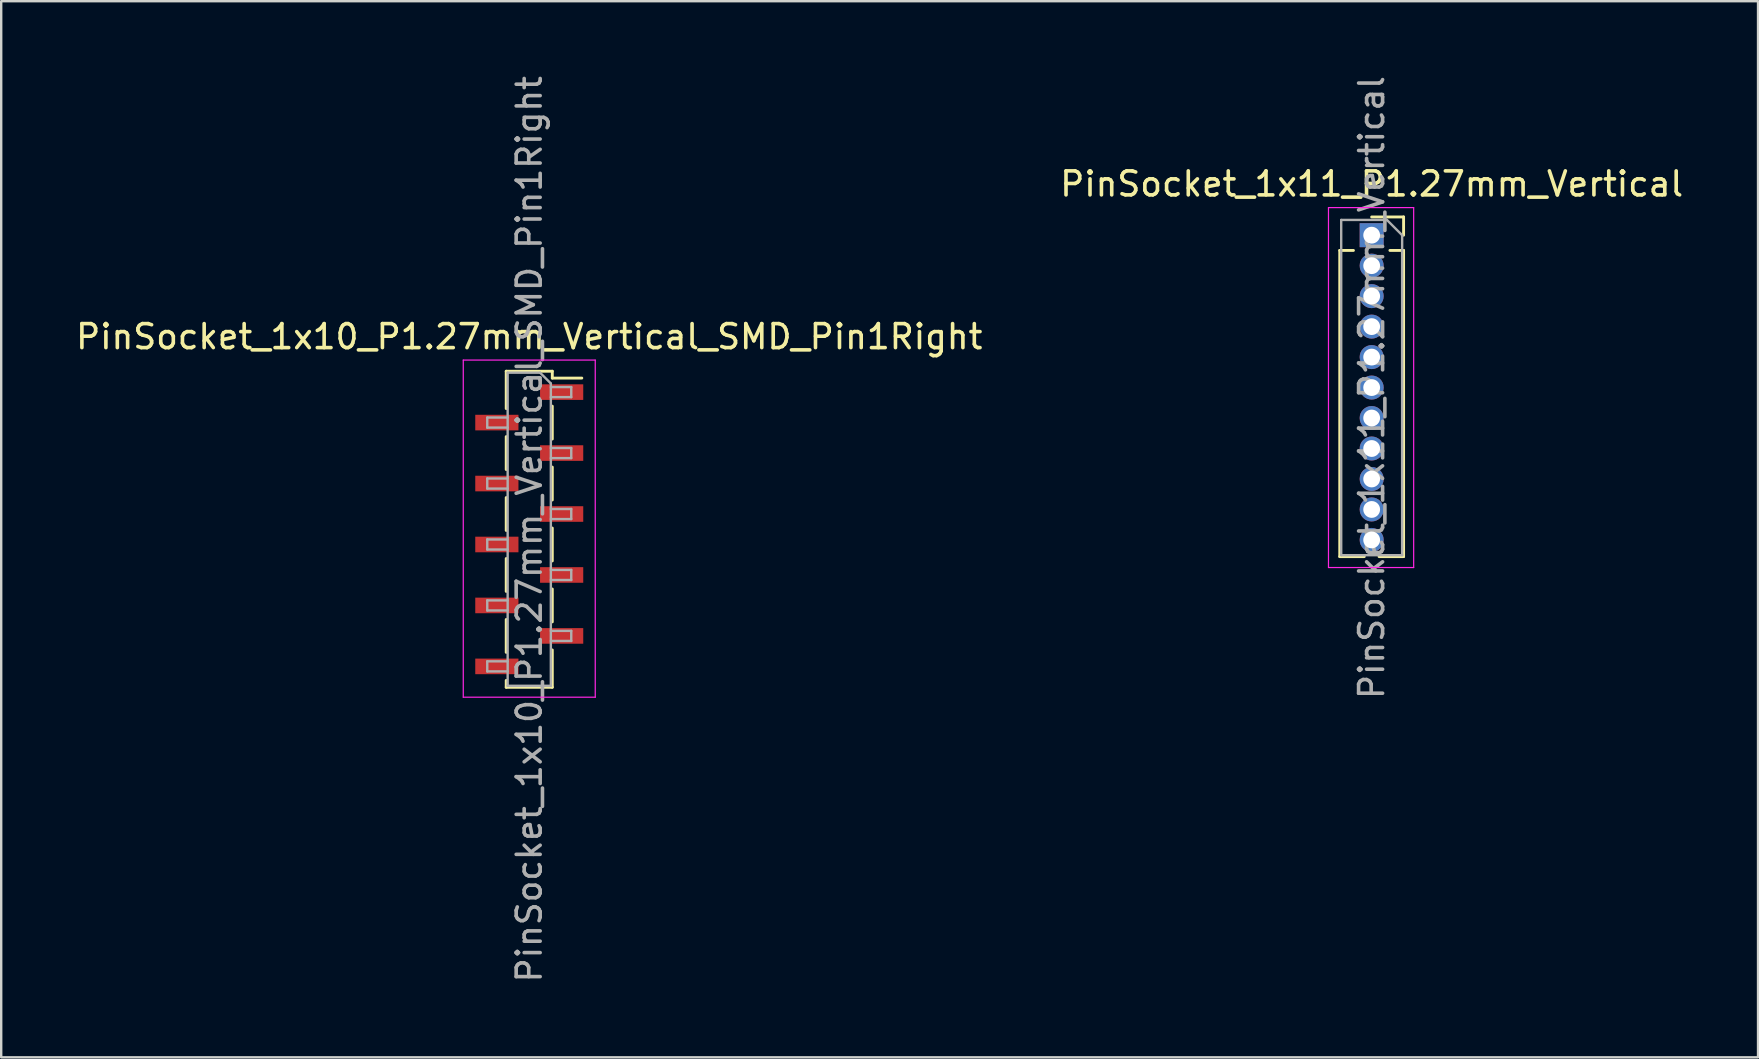
<source format=kicad_pcb>
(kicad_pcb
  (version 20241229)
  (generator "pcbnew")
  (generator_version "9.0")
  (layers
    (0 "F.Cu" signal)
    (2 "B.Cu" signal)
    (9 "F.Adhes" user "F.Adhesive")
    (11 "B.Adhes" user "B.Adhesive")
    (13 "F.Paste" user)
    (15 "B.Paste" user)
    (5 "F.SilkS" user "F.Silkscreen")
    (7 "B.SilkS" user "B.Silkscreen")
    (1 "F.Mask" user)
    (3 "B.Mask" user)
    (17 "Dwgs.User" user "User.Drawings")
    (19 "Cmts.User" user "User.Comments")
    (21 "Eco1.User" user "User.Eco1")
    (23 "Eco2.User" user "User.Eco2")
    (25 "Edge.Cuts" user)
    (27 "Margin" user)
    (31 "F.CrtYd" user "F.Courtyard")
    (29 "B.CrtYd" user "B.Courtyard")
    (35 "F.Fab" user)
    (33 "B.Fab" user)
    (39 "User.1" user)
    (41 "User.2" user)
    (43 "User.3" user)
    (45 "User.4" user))
  (footprint "PinSocket_1x11_P1.27mm_Vertical"
    (layer "F.Cu")
    (at 54.113 6.751)
    (property "Reference" "PinSocket_1x11_P1.27mm_Vertical" (at 0 -2.135 0) (layer "F.SilkS") (effects (font (size 1 1) (thickness 0.15))))
    (attr through_hole)
    (fp_line (start -1.33 0.635) (end -1.33 13.395) (stroke (width 0.12) (type solid)) (layer "F.SilkS"))
    (fp_line (start -1.33 0.635) (end -0.76 0.635) (stroke (width 0.12) (type solid)) (layer "F.SilkS"))
    (fp_line (start -1.33 13.395) (end -0.308 13.395) (stroke (width 0.12) (type solid)) (layer "F.SilkS"))
    (fp_line (start 0 -0.76) (end 1.33 -0.76) (stroke (width 0.12) (type solid)) (layer "F.SilkS"))
    (fp_line (start 0.308 13.395) (end 1.33 13.395) (stroke (width 0.12) (type solid)) (layer "F.SilkS"))
    (fp_line (start 0.76 0.635) (end 1.33 0.635) (stroke (width 0.12) (type solid)) (layer "F.SilkS"))
    (fp_line (start 1.33 -0.76) (end 1.33 0) (stroke (width 0.12) (type solid)) (layer "F.SilkS"))
    (fp_line (start 1.33 0.635) (end 1.33 13.395) (stroke (width 0.12) (type solid)) (layer "F.SilkS"))
    (fp_line (start -1.8 -1.15) (end 1.75 -1.15) (stroke (width 0.05) (type solid)) (layer "F.CrtYd"))
    (fp_line (start -1.8 13.85) (end -1.8 -1.15) (stroke (width 0.05) (type solid)) (layer "F.CrtYd"))
    (fp_line (start 1.75 -1.15) (end 1.75 13.85) (stroke (width 0.05) (type solid)) (layer "F.CrtYd"))
    (fp_line (start 1.75 13.85) (end -1.8 13.85) (stroke (width 0.05) (type solid)) (layer "F.CrtYd"))
    (fp_line (start -1.27 -0.635) (end 0.635 -0.635) (stroke (width 0.1) (type solid)) (layer "F.Fab"))
    (fp_line (start -1.27 13.335) (end -1.27 -0.635) (stroke (width 0.1) (type solid)) (layer "F.Fab"))
    (fp_line (start 0.635 -0.635) (end 1.27 0) (stroke (width 0.1) (type solid)) (layer "F.Fab"))
    (fp_line (start 1.27 0) (end 1.27 13.335) (stroke (width 0.1) (type solid)) (layer "F.Fab"))
    (fp_line (start 1.27 13.335) (end -1.27 13.335) (stroke (width 0.1) (type solid)) (layer "F.Fab"))
    (fp_text user "${REFERENCE}" (at 0 6.35 90) (layer "F.Fab") (effects (font (size 1 1) (thickness 0.15))))
    (pad "1" thru_hole rect (at 0 0) (size 1 1) (drill 0.7) (layers "*.Cu" "*.Mask"))
    (pad "2" thru_hole circle (at 0 1.27) (size 1 1) (drill 0.7) (layers "*.Cu" "*.Mask"))
    (pad "3" thru_hole circle (at 0 2.54) (size 1 1) (drill 0.7) (layers "*.Cu" "*.Mask"))
    (pad "4" thru_hole circle (at 0 3.81) (size 1 1) (drill 0.7) (layers "*.Cu" "*.Mask"))
    (pad "5" thru_hole circle (at 0 5.08) (size 1 1) (drill 0.7) (layers "*.Cu" "*.Mask"))
    (pad "6" thru_hole circle (at 0 6.35) (size 1 1) (drill 0.7) (layers "*.Cu" "*.Mask"))
    (pad "7" thru_hole circle (at 0 7.62) (size 1 1) (drill 0.7) (layers "*.Cu" "*.Mask"))
    (pad "8" thru_hole circle (at 0 8.89) (size 1 1) (drill 0.7) (layers "*.Cu" "*.Mask"))
    (pad "9" thru_hole circle (at 0 10.16) (size 1 1) (drill 0.7) (layers "*.Cu" "*.Mask"))
    (pad "10" thru_hole circle (at 0 11.43) (size 1 1) (drill 0.7) (layers "*.Cu" "*.Mask"))
    (pad "11" thru_hole circle (at 0 12.7) (size 1 1) (drill 0.7) (layers "*.Cu" "*.Mask")))
  (footprint "PinSocket_1x10_P1.27mm_Vertical_SMD_Pin1Right"
    (layer "F.Cu")
    (at 19.006 19.006)
    (property "Reference" "PinSocket_1x10_P1.27mm_Vertical_SMD_Pin1Right" (at 0 -8.025 0) (layer "F.SilkS") (effects (font (size 1 1) (thickness 0.15))))
    (attr smd)
    (fp_line (start -0.96 -6.585) (end -0.96 -5.03) (stroke (width 0.12) (type solid)) (layer "F.SilkS"))
    (fp_line (start -0.96 -6.585) (end 0.96 -6.585) (stroke (width 0.12) (type solid)) (layer "F.SilkS"))
    (fp_line (start -0.96 -3.86) (end -0.96 -2.49) (stroke (width 0.12) (type solid)) (layer "F.SilkS"))
    (fp_line (start -0.96 -1.32) (end -0.96 0.05) (stroke (width 0.12) (type solid)) (layer "F.SilkS"))
    (fp_line (start -0.96 1.22) (end -0.96 2.59) (stroke (width 0.12) (type solid)) (layer "F.SilkS"))
    (fp_line (start -0.96 3.76) (end -0.96 5.13) (stroke (width 0.12) (type solid)) (layer "F.SilkS"))
    (fp_line (start -0.96 6.3) (end -0.96 6.585) (stroke (width 0.12) (type solid)) (layer "F.SilkS"))
    (fp_line (start -0.96 6.585) (end 0.96 6.585) (stroke (width 0.12) (type solid)) (layer "F.SilkS"))
    (fp_line (start 0.96 -6.585) (end 0.96 -6.3) (stroke (width 0.12) (type solid)) (layer "F.SilkS"))
    (fp_line (start 0.96 -6.3) (end 2.19 -6.3) (stroke (width 0.12) (type solid)) (layer "F.SilkS"))
    (fp_line (start 0.96 -5.13) (end 0.96 -3.76) (stroke (width 0.12) (type solid)) (layer "F.SilkS"))
    (fp_line (start 0.96 -2.59) (end 0.96 -1.22) (stroke (width 0.12) (type solid)) (layer "F.SilkS"))
    (fp_line (start 0.96 -0.05) (end 0.96 1.32) (stroke (width 0.12) (type solid)) (layer "F.SilkS"))
    (fp_line (start 0.96 2.49) (end 0.96 3.86) (stroke (width 0.12) (type solid)) (layer "F.SilkS"))
    (fp_line (start 0.96 5.03) (end 0.96 6.585) (stroke (width 0.12) (type solid)) (layer "F.SilkS"))
    (fp_line (start -2.75 -7.05) (end 2.75 -7.05) (stroke (width 0.05) (type solid)) (layer "F.CrtYd"))
    (fp_line (start -2.75 7) (end -2.75 -7.05) (stroke (width 0.05) (type solid)) (layer "F.CrtYd"))
    (fp_line (start 2.75 -7.05) (end 2.75 7) (stroke (width 0.05) (type solid)) (layer "F.CrtYd"))
    (fp_line (start 2.75 7) (end -2.75 7) (stroke (width 0.05) (type solid)) (layer "F.CrtYd"))
    (fp_line (start -1.75 -4.655) (end -0.9 -4.655) (stroke (width 0.1) (type solid)) (layer "F.Fab"))
    (fp_line (start -1.75 -4.235) (end -1.75 -4.655) (stroke (width 0.1) (type solid)) (layer "F.Fab"))
    (fp_line (start -1.75 -2.115) (end -0.9 -2.115) (stroke (width 0.1) (type solid)) (layer "F.Fab"))
    (fp_line (start -1.75 -1.695) (end -1.75 -2.115) (stroke (width 0.1) (type solid)) (layer "F.Fab"))
    (fp_line (start -1.75 0.425) (end -0.9 0.425) (stroke (width 0.1) (type solid)) (layer "F.Fab"))
    (fp_line (start -1.75 0.845) (end -1.75 0.425) (stroke (width 0.1) (type solid)) (layer "F.Fab"))
    (fp_line (start -1.75 2.965) (end -0.9 2.965) (stroke (width 0.1) (type solid)) (layer "F.Fab"))
    (fp_line (start -1.75 3.385) (end -1.75 2.965) (stroke (width 0.1) (type solid)) (layer "F.Fab"))
    (fp_line (start -1.75 5.505) (end -0.9 5.505) (stroke (width 0.1) (type solid)) (layer "F.Fab"))
    (fp_line (start -1.75 5.925) (end -1.75 5.505) (stroke (width 0.1) (type solid)) (layer "F.Fab"))
    (fp_line (start -0.9 -6.525) (end 0.45 -6.525) (stroke (width 0.1) (type solid)) (layer "F.Fab"))
    (fp_line (start -0.9 -4.235) (end -1.75 -4.235) (stroke (width 0.1) (type solid)) (layer "F.Fab"))
    (fp_line (start -0.9 -1.695) (end -1.75 -1.695) (stroke (width 0.1) (type solid)) (layer "F.Fab"))
    (fp_line (start -0.9 0.845) (end -1.75 0.845) (stroke (width 0.1) (type solid)) (layer "F.Fab"))
    (fp_line (start -0.9 3.385) (end -1.75 3.385) (stroke (width 0.1) (type solid)) (layer "F.Fab"))
    (fp_line (start -0.9 5.925) (end -1.75 5.925) (stroke (width 0.1) (type solid)) (layer "F.Fab"))
    (fp_line (start -0.9 6.525) (end -0.9 -6.525) (stroke (width 0.1) (type solid)) (layer "F.Fab"))
    (fp_line (start 0.45 -6.525) (end 0.9 -6.075) (stroke (width 0.1) (type solid)) (layer "F.Fab"))
    (fp_line (start 0.9 -6.075) (end 0.9 6.525) (stroke (width 0.1) (type solid)) (layer "F.Fab"))
    (fp_line (start 0.9 -5.925) (end 1.75 -5.925) (stroke (width 0.1) (type solid)) (layer "F.Fab"))
    (fp_line (start 0.9 -3.385) (end 1.75 -3.385) (stroke (width 0.1) (type solid)) (layer "F.Fab"))
    (fp_line (start 0.9 -0.845) (end 1.75 -0.845) (stroke (width 0.1) (type solid)) (layer "F.Fab"))
    (fp_line (start 0.9 1.695) (end 1.75 1.695) (stroke (width 0.1) (type solid)) (layer "F.Fab"))
    (fp_line (start 0.9 4.235) (end 1.75 4.235) (stroke (width 0.1) (type solid)) (layer "F.Fab"))
    (fp_line (start 0.9 6.525) (end -0.9 6.525) (stroke (width 0.1) (type solid)) (layer "F.Fab"))
    (fp_line (start 1.75 -5.925) (end 1.75 -5.505) (stroke (width 0.1) (type solid)) (layer "F.Fab"))
    (fp_line (start 1.75 -5.505) (end 0.9 -5.505) (stroke (width 0.1) (type solid)) (layer "F.Fab"))
    (fp_line (start 1.75 -3.385) (end 1.75 -2.965) (stroke (width 0.1) (type solid)) (layer "F.Fab"))
    (fp_line (start 1.75 -2.965) (end 0.9 -2.965) (stroke (width 0.1) (type solid)) (layer "F.Fab"))
    (fp_line (start 1.75 -0.845) (end 1.75 -0.425) (stroke (width 0.1) (type solid)) (layer "F.Fab"))
    (fp_line (start 1.75 -0.425) (end 0.9 -0.425) (stroke (width 0.1) (type solid)) (layer "F.Fab"))
    (fp_line (start 1.75 1.695) (end 1.75 2.115) (stroke (width 0.1) (type solid)) (layer "F.Fab"))
    (fp_line (start 1.75 2.115) (end 0.9 2.115) (stroke (width 0.1) (type solid)) (layer "F.Fab"))
    (fp_line (start 1.75 4.235) (end 1.75 4.655) (stroke (width 0.1) (type solid)) (layer "F.Fab"))
    (fp_line (start 1.75 4.655) (end 0.9 4.655) (stroke (width 0.1) (type solid)) (layer "F.Fab"))
    (fp_text user "${REFERENCE}" (at 0 0 90) (layer "F.Fab") (effects (font (size 1 1) (thickness 0.15))))
    (pad "1" smd rect (at 1.35 -5.715) (size 1.8 0.65) (layers "F.Cu" "F.Mask" "F.Paste"))
    (pad "2" smd rect (at -1.35 -4.445) (size 1.8 0.65) (layers "F.Cu" "F.Mask" "F.Paste"))
    (pad "3" smd rect (at 1.35 -3.175) (size 1.8 0.65) (layers "F.Cu" "F.Mask" "F.Paste"))
    (pad "4" smd rect (at -1.35 -1.905) (size 1.8 0.65) (layers "F.Cu" "F.Mask" "F.Paste"))
    (pad "5" smd rect (at 1.35 -0.635) (size 1.8 0.65) (layers "F.Cu" "F.Mask" "F.Paste"))
    (pad "6" smd rect (at -1.35 0.635) (size 1.8 0.65) (layers "F.Cu" "F.Mask" "F.Paste"))
    (pad "7" smd rect (at 1.35 1.905) (size 1.8 0.65) (layers "F.Cu" "F.Mask" "F.Paste"))
    (pad "8" smd rect (at -1.35 3.175) (size 1.8 0.65) (layers "F.Cu" "F.Mask" "F.Paste"))
    (pad "9" smd rect (at 1.35 4.445) (size 1.8 0.65) (layers "F.Cu" "F.Mask" "F.Paste"))
    (pad "10" smd rect (at -1.35 5.715) (size 1.8 0.65) (layers "F.Cu" "F.Mask" "F.Paste")))
  (gr_rect
    (start -3 -3)
    (end 70.214 41.012)
    (stroke (width 0.1) (type default))
    (fill no)
    (layer "Edge.Cuts")))
</source>
